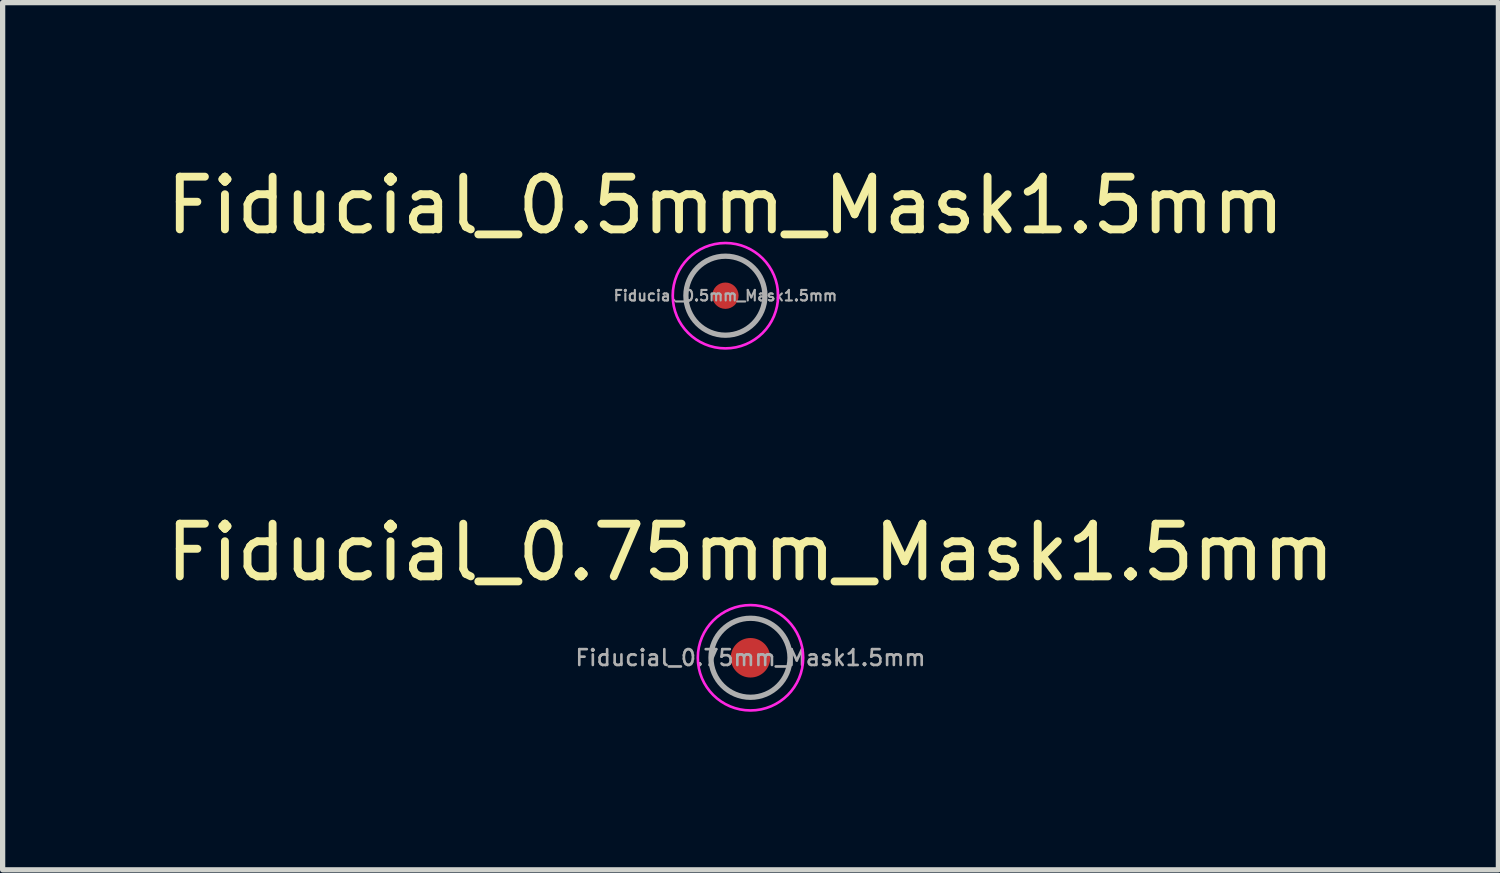
<source format=kicad_pcb>
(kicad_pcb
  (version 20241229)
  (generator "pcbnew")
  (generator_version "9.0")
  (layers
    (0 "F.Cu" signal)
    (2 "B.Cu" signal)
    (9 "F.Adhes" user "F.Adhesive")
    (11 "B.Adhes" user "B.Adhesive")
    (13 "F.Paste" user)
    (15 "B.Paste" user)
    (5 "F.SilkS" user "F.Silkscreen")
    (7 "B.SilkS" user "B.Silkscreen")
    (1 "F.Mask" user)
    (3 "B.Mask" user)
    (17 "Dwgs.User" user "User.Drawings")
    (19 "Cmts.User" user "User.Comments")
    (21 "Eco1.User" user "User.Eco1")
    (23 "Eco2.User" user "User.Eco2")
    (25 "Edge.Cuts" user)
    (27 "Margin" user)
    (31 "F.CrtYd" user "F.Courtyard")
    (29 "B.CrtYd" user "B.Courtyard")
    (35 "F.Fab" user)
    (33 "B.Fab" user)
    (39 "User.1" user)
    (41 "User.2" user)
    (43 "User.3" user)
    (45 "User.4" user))
  (footprint "Fiducial_0.75mm_Mask1.5mm"
    (layer "F.Cu")
    (at 11.196 9.436)
    (property "Reference" "Fiducial_0.75mm_Mask1.5mm" (at 0 -2 0) (layer "F.SilkS") (effects (font (size 1 1) (thickness 0.15))))
    (attr smd)
    (fp_circle (center 0 0) (end 1 0) (stroke (width 0.05) (type solid)) (fill no) (layer "F.CrtYd"))
    (fp_circle (center 0 0) (end 0.75 0) (stroke (width 0.1) (type solid)) (fill no) (layer "F.Fab"))
    (fp_text user "${REFERENCE}" (at 0 0 0) (layer "F.Fab") (effects (font (size 0.3 0.3) (thickness 0.05))))
    (pad "" smd circle (at 0 0) (size 0.75 0.75) (layers "F.Cu" "F.Mask")))
  (footprint "Fiducial_0.5mm_Mask1.5mm"
    (layer "F.Cu")
    (at 10.72 2.563)
    (property "Reference" "Fiducial_0.5mm_Mask1.5mm" (at 0 -1.714 0) (layer "F.SilkS") (effects (font (size 1 1) (thickness 0.15))))
    (attr smd)
    (fp_circle (center 0 0) (end 1 0) (stroke (width 0.05) (type solid)) (fill no) (layer "F.CrtYd"))
    (fp_circle (center 0 0) (end 0.75 0) (stroke (width 0.1) (type solid)) (fill no) (layer "F.Fab"))
    (fp_text user "${REFERENCE}" (at 0 0 0) (layer "F.Fab") (effects (font (size 0.2 0.2) (thickness 0.04))))
    (pad "" smd circle (at 0 0) (size 0.5 0.5) (layers "F.Cu" "F.Mask")))
  (gr_rect
    (start -3 -3)
    (end 25.393 13.461)
    (stroke (width 0.1) (type default))
    (fill no)
    (layer "Edge.Cuts")))
</source>
